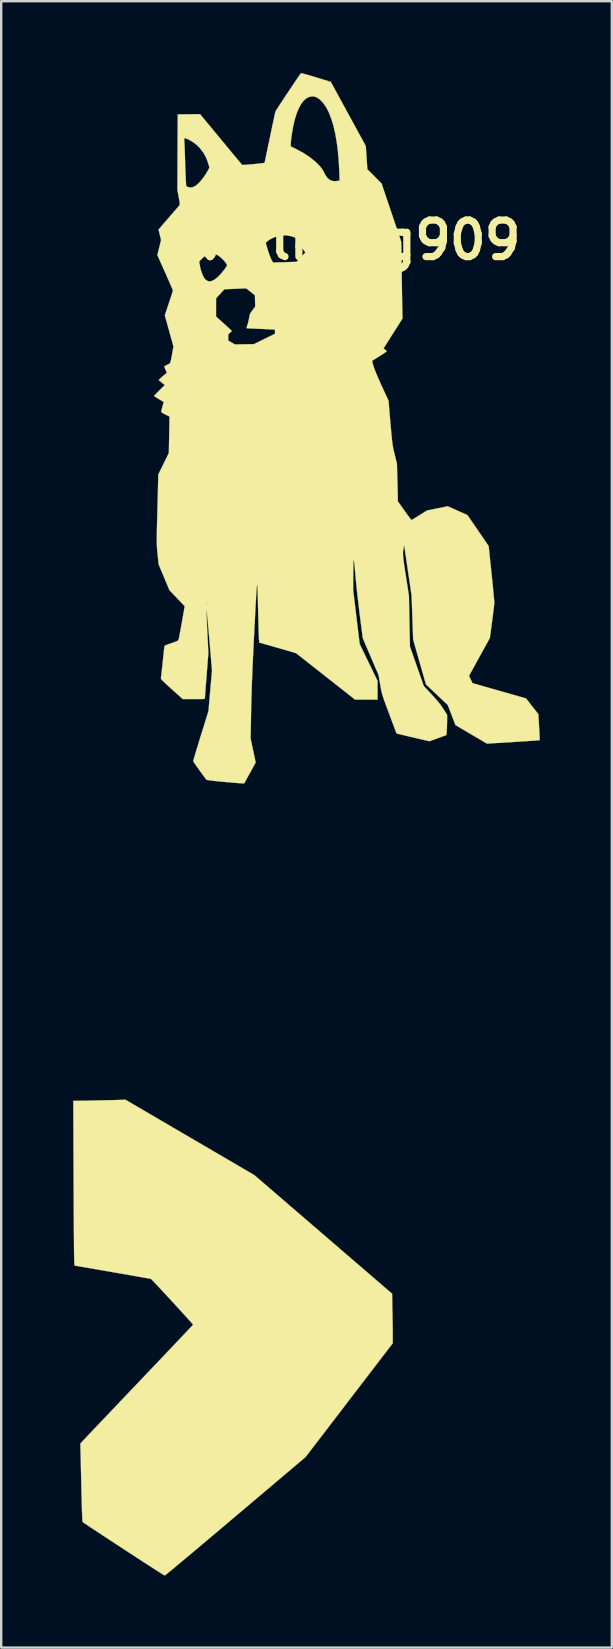
<source format=kicad_pcb>
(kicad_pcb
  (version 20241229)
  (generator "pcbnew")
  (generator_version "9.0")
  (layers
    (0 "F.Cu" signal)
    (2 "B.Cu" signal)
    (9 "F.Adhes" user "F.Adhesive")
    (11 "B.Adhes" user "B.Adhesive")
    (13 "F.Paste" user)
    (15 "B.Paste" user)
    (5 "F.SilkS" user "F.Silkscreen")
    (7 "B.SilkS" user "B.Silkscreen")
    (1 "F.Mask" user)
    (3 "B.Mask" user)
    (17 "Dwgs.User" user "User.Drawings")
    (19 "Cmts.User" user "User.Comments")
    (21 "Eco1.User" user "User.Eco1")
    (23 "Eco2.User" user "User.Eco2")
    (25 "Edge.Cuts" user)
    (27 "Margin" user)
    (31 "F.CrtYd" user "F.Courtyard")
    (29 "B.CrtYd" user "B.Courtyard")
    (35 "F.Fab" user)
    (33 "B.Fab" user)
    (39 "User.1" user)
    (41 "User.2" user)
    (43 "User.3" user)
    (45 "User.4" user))
  (footprint "F.SilkS_g909"
    (layer "F.Cu")
    (at 11.332 6.957)
    (property "Reference" "F.SilkS_g909" (at 0 0 0) (layer "F.SilkS") (effects (font (size 1.524 1.524) (thickness 0.3))))
    (attr through_hole)
    (fp_poly (pts (xy -6.465 37.407) (xy -3.776 38.98) (xy 1.962 43.92) (xy 1.976 44.654) (xy 1.979 44.843) (xy 1.982 45.032) (xy 1.985 45.214) (xy 1.987 45.382) (xy 1.988 45.526) (xy 1.989 45.641) (xy 1.989 45.686) (xy 1.989 45.985) (xy 0.173 48.355) (xy -1.642 50.725) (xy -4.562 53.195) (xy -4.867 53.453) (xy -5.164 53.704) (xy -5.45 53.945) (xy -5.725 54.177) (xy -5.986 54.397) (xy -6.233 54.604) (xy -6.462 54.797) (xy -6.674 54.974) (xy -6.866 55.134) (xy -7.036 55.276) (xy -7.183 55.398) (xy -7.305 55.499) (xy -7.4 55.577) (xy -7.468 55.632) (xy -7.506 55.661) (xy -7.514 55.666) (xy -7.536 55.655) (xy -7.591 55.622) (xy -7.676 55.569) (xy -7.789 55.498) (xy -7.928 55.409) (xy -8.089 55.306) (xy -8.271 55.189) (xy -8.471 55.059) (xy -8.686 54.919) (xy -8.914 54.771) (xy -9.153 54.615) (xy -9.229 54.565) (xy -9.47 54.407) (xy -9.702 54.255) (xy -9.921 54.111) (xy -10.125 53.977) (xy -10.313 53.854) (xy -10.48 53.743) (xy -10.625 53.647) (xy -10.745 53.567) (xy -10.838 53.505) (xy -10.902 53.463) (xy -10.933 53.441) (xy -10.935 53.439) (xy -10.941 53.417) (xy -10.946 53.362) (xy -10.952 53.273) (xy -10.958 53.149) (xy -10.964 52.989) (xy -10.97 52.791) (xy -10.977 52.554) (xy -10.984 52.278) (xy -10.992 51.961) (xy -10.995 51.789) (xy -11.032 50.164) (xy -10.919 50.042) (xy -10.891 50.013) (xy -10.836 49.955) (xy -10.756 49.87) (xy -10.651 49.759) (xy -10.524 49.625) (xy -10.376 49.47) (xy -10.209 49.294) (xy -10.024 49.1) (xy -9.824 48.889) (xy -9.61 48.664) (xy -9.384 48.426) (xy -9.147 48.177) (xy -8.901 47.918) (xy -8.647 47.652) (xy -8.572 47.574) (xy -8.319 47.308) (xy -8.074 47.05) (xy -7.839 46.803) (xy -7.615 46.567) (xy -7.403 46.344) (xy -7.206 46.136) (xy -7.025 45.945) (xy -6.861 45.773) (xy -6.717 45.62) (xy -6.593 45.489) (xy -6.491 45.381) (xy -6.413 45.299) (xy -6.361 45.243) (xy -6.336 45.215) (xy -6.334 45.213) (xy -6.346 45.195) (xy -6.385 45.149) (xy -6.447 45.079) (xy -6.528 44.988) (xy -6.626 44.879) (xy -6.738 44.756) (xy -6.861 44.621) (xy -6.992 44.478) (xy -7.128 44.33) (xy -7.266 44.18) (xy -7.402 44.032) (xy -7.534 43.89) (xy -7.66 43.755) (xy -7.775 43.632) (xy -7.876 43.523) (xy -7.962 43.433) (xy -8.029 43.363) (xy -8.073 43.319) (xy -8.092 43.302) (xy -8.117 43.297) (xy -8.179 43.285) (xy -8.277 43.268) (xy -8.407 43.245) (xy -8.566 43.217) (xy -8.75 43.185) (xy -8.956 43.149) (xy -9.181 43.109) (xy -9.421 43.068) (xy -9.673 43.024) (xy -9.698 43.02) (xy -11.278 42.747) (xy -11.29 42.471) (xy -11.291 42.418) (xy -11.293 42.325) (xy -11.295 42.195) (xy -11.297 42.031) (xy -11.298 41.834) (xy -11.3 41.609) (xy -11.302 41.356) (xy -11.304 41.079) (xy -11.306 40.781) (xy -11.308 40.464) (xy -11.31 40.131) (xy -11.311 39.783) (xy -11.313 39.425) (xy -11.315 39.058) (xy -11.315 39.039) (xy -11.327 35.882) (xy -10.611 35.87) (xy -10.42 35.866) (xy -10.223 35.862) (xy -10.03 35.858) (xy -9.85 35.854) (xy -9.691 35.85) (xy -9.562 35.847) (xy -9.525 35.845) (xy -9.155 35.834) (xy -6.465 37.407)) (stroke (width 0.01) (type solid)) (fill yes) (layer "F.SilkS"))
    (fp_poly (pts (xy -1.814 -6.952) (xy -1.752 -6.939) (xy -1.655 -6.914) (xy -1.527 -6.878) (xy -1.372 -6.833) (xy -1.207 -6.783) (xy -0.592 -6.593) (xy 0.137 -5.256) (xy 0.866 -3.92) (xy 0.931 -2.953) (xy 1.523 -2.36) (xy 1.934 -1.14) (xy 2.346 0.08) (xy 2.359 1.072) (xy 2.361 1.301) (xy 2.365 1.541) (xy 2.368 1.783) (xy 2.372 2.02) (xy 2.375 2.242) (xy 2.379 2.441) (xy 2.382 2.61) (xy 2.383 2.667) (xy 2.395 3.27) (xy 2 3.893) (xy 1.606 4.516) (xy 1.671 4.567) (xy 1.712 4.603) (xy 1.735 4.631) (xy 1.736 4.635) (xy 1.719 4.653) (xy 1.672 4.687) (xy 1.604 4.734) (xy 1.519 4.789) (xy 1.508 4.796) (xy 1.413 4.855) (xy 1.324 4.911) (xy 1.25 4.958) (xy 1.203 4.987) (xy 1.126 5.036) (xy 1.179 5.233) (xy 1.206 5.319) (xy 1.252 5.44) (xy 1.314 5.591) (xy 1.39 5.77) (xy 1.48 5.972) (xy 1.522 6.064) (xy 1.813 6.699) (xy 1.892 7.62) (xy 1.912 7.843) (xy 1.928 8.03) (xy 1.943 8.184) (xy 1.956 8.313) (xy 1.968 8.421) (xy 1.98 8.514) (xy 1.994 8.597) (xy 2.008 8.675) (xy 2.025 8.754) (xy 2.045 8.839) (xy 2.068 8.932) (xy 2.164 9.324) (xy 2.181 9.948) (xy 2.186 10.116) (xy 2.19 10.278) (xy 2.194 10.427) (xy 2.197 10.556) (xy 2.199 10.658) (xy 2.2 10.726) (xy 2.2 10.732) (xy 2.201 10.89) (xy 2.479 11.282) (xy 2.559 11.394) (xy 2.632 11.493) (xy 2.693 11.575) (xy 2.739 11.634) (xy 2.766 11.665) (xy 2.772 11.669) (xy 2.795 11.657) (xy 2.847 11.626) (xy 2.922 11.58) (xy 3.016 11.523) (xy 3.103 11.468) (xy 3.418 11.272) (xy 4.278 11.096) (xy 4.691 11.28) (xy 5.104 11.464) (xy 5.546 12.11) (xy 5.988 12.755) (xy 6.105 13.886) (xy 6.128 14.104) (xy 6.149 14.311) (xy 6.168 14.504) (xy 6.185 14.678) (xy 6.199 14.829) (xy 6.211 14.953) (xy 6.218 15.045) (xy 6.222 15.101) (xy 6.223 15.113) (xy 6.22 15.157) (xy 6.212 15.237) (xy 6.2 15.347) (xy 6.183 15.482) (xy 6.164 15.635) (xy 6.143 15.801) (xy 6.13 15.898) (xy 6.037 16.587) (xy 5.603 17.376) (xy 5.168 18.165) (xy 5.24 18.316) (xy 5.312 18.468) (xy 6.429 18.787) (xy 7.546 19.106) (xy 7.802 19.434) (xy 8.059 19.761) (xy 8.09 20.3) (xy 8.098 20.446) (xy 8.105 20.578) (xy 8.11 20.69) (xy 8.114 20.776) (xy 8.115 20.83) (xy 8.114 20.847) (xy 8.093 20.85) (xy 8.033 20.855) (xy 7.938 20.862) (xy 7.813 20.871) (xy 7.662 20.881) (xy 7.488 20.893) (xy 7.296 20.905) (xy 7.089 20.918) (xy 7.012 20.923) (xy 5.916 20.99) (xy 5.26 20.604) (xy 4.604 20.218) (xy 4.443 19.799) (xy 4.282 19.381) (xy 3.828 18.952) (xy 3.374 18.524) (xy 3.106 17.586) (xy 2.839 16.648) (xy 2.807 15.737) (xy 2.775 14.827) (xy 2.62 13.77) (xy 2.466 12.713) (xy 2.44 12.849) (xy 2.43 12.91) (xy 2.422 12.966) (xy 2.417 13.024) (xy 2.417 13.088) (xy 2.42 13.162) (xy 2.428 13.251) (xy 2.441 13.361) (xy 2.459 13.495) (xy 2.483 13.658) (xy 2.513 13.855) (xy 2.536 14.002) (xy 2.664 14.827) (xy 2.685 15.886) (xy 2.707 16.944) (xy 2.994 17.766) (xy 3.281 18.587) (xy 3.607 18.937) (xy 3.748 19.091) (xy 3.864 19.225) (xy 3.96 19.346) (xy 4.044 19.462) (xy 4.094 19.538) (xy 4.255 19.79) (xy 4.255 20.02) (xy 4.253 20.142) (xy 4.249 20.274) (xy 4.244 20.396) (xy 4.241 20.442) (xy 4.227 20.634) (xy 3.873 20.763) (xy 3.52 20.891) (xy 2.834 20.731) (xy 2.67 20.693) (xy 2.521 20.657) (xy 2.39 20.626) (xy 2.282 20.6) (xy 2.203 20.581) (xy 2.157 20.57) (xy 2.147 20.567) (xy 2.139 20.547) (xy 2.118 20.492) (xy 2.086 20.405) (xy 2.043 20.291) (xy 1.992 20.154) (xy 1.934 19.999) (xy 1.87 19.828) (xy 1.842 19.751) (xy 1.766 19.55) (xy 1.704 19.383) (xy 1.654 19.245) (xy 1.613 19.13) (xy 1.581 19.034) (xy 1.555 18.95) (xy 1.535 18.873) (xy 1.517 18.798) (xy 1.501 18.72) (xy 1.485 18.633) (xy 1.468 18.534) (xy 1.397 18.129) (xy 1.068 17.362) (xy 0.74 16.596) (xy 0.615 15.627) (xy 0.586 15.394) (xy 0.557 15.144) (xy 0.527 14.887) (xy 0.499 14.632) (xy 0.474 14.389) (xy 0.451 14.167) (xy 0.434 13.975) (xy 0.431 13.938) (xy 0.413 13.737) (xy 0.399 13.577) (xy 0.386 13.457) (xy 0.375 13.377) (xy 0.366 13.339) (xy 0.359 13.341) (xy 0.353 13.384) (xy 0.349 13.469) (xy 0.345 13.596) (xy 0.343 13.765) (xy 0.342 13.975) (xy 0.341 14.044) (xy 0.339 14.594) (xy 0.475 15.716) (xy 0.611 16.838) (xy 0.983 17.606) (xy 1.355 18.374) (xy 1.355 19.156) (xy 0.42 19.156) (xy -0.809 18.189) (xy -2.038 17.222) (xy -2.294 17.145) (xy -2.39 17.117) (xy -2.517 17.08) (xy -2.665 17.037) (xy -2.824 16.991) (xy -2.986 16.945) (xy -3.063 16.923) (xy -3.575 16.778) (xy -3.586 16.649) (xy -3.589 16.601) (xy -3.592 16.515) (xy -3.597 16.397) (xy -3.601 16.253) (xy -3.606 16.086) (xy -3.611 15.903) (xy -3.616 15.709) (xy -3.619 15.6) (xy -3.625 15.335) (xy -3.631 15.1) (xy -3.636 14.896) (xy -3.641 14.725) (xy -3.646 14.586) (xy -3.651 14.48) (xy -3.656 14.408) (xy -3.661 14.37) (xy -3.667 14.368) (xy -3.673 14.402) (xy -3.681 14.472) (xy -3.689 14.579) (xy -3.699 14.724) (xy -3.709 14.908) (xy -3.722 15.131) (xy -3.736 15.394) (xy -3.751 15.697) (xy -3.769 16.042) (xy -3.781 16.267) (xy -3.804 16.721) (xy -3.824 17.138) (xy -3.842 17.521) (xy -3.858 17.873) (xy -3.871 18.2) (xy -3.883 18.506) (xy -3.893 18.793) (xy -3.901 19.068) (xy -3.908 19.333) (xy -3.914 19.593) (xy -3.914 19.6) (xy -3.936 20.775) (xy -3.83 21.276) (xy -3.724 21.777) (xy -3.963 22.212) (xy -4.202 22.648) (xy -4.307 22.645) (xy -4.354 22.643) (xy -4.438 22.637) (xy -4.551 22.628) (xy -4.688 22.616) (xy -4.843 22.603) (xy -5.01 22.588) (xy -5.091 22.581) (xy -5.299 22.561) (xy -5.471 22.543) (xy -5.608 22.526) (xy -5.706 22.512) (xy -5.765 22.501) (xy -5.783 22.493) (xy -5.799 22.469) (xy -5.837 22.417) (xy -5.892 22.341) (xy -5.96 22.248) (xy -6.038 22.142) (xy -6.063 22.109) (xy -6.142 22) (xy -6.212 21.901) (xy -6.268 21.818) (xy -6.308 21.757) (xy -6.327 21.722) (xy -6.329 21.717) (xy -6.322 21.691) (xy -6.305 21.629) (xy -6.277 21.534) (xy -6.24 21.411) (xy -6.196 21.263) (xy -6.144 21.094) (xy -6.088 20.909) (xy -6.027 20.71) (xy -6.011 20.659) (xy -5.692 19.633) (xy -5.619 18.786) (xy -5.545 17.939) (xy -5.659 16.605) (xy -5.679 16.377) (xy -5.698 16.165) (xy -5.715 15.973) (xy -5.731 15.804) (xy -5.745 15.66) (xy -5.756 15.545) (xy -5.766 15.462) (xy -5.772 15.414) (xy -5.775 15.403) (xy -5.775 15.409) (xy -5.775 15.461) (xy -5.772 15.55) (xy -5.768 15.67) (xy -5.763 15.815) (xy -5.756 15.981) (xy -5.748 16.161) (xy -5.739 16.35) (xy -5.737 16.383) (xy -5.697 17.219) (xy -5.769 18.14) (xy -5.784 18.334) (xy -5.799 18.516) (xy -5.811 18.681) (xy -5.822 18.825) (xy -5.831 18.943) (xy -5.838 19.031) (xy -5.841 19.084) (xy -5.842 19.098) (xy -5.845 19.11) (xy -5.857 19.119) (xy -5.883 19.126) (xy -5.929 19.13) (xy -5.999 19.133) (xy -6.099 19.134) (xy -6.234 19.134) (xy -6.302 19.134) (xy -6.763 19.134) (xy -7.223 18.721) (xy -7.359 18.598) (xy -7.466 18.5) (xy -7.547 18.424) (xy -7.605 18.366) (xy -7.644 18.323) (xy -7.666 18.292) (xy -7.674 18.27) (xy -7.674 18.26) (xy -7.669 18.228) (xy -7.661 18.159) (xy -7.649 18.06) (xy -7.636 17.935) (xy -7.62 17.791) (xy -7.604 17.633) (xy -7.598 17.579) (xy -7.582 17.419) (xy -7.566 17.272) (xy -7.552 17.144) (xy -7.541 17.039) (xy -7.532 16.964) (xy -7.526 16.924) (xy -7.525 16.919) (xy -7.503 16.904) (xy -7.448 16.879) (xy -7.368 16.848) (xy -7.27 16.814) (xy -7.238 16.803) (xy -7.115 16.761) (xy -7.029 16.727) (xy -6.974 16.7) (xy -6.946 16.677) (xy -6.941 16.669) (xy -6.933 16.638) (xy -6.919 16.571) (xy -6.9 16.473) (xy -6.877 16.349) (xy -6.85 16.205) (xy -6.821 16.045) (xy -6.803 15.944) (xy -6.682 15.262) (xy -6.804 15.134) (xy -5.793 15.134) (xy -5.792 15.186) (xy -5.789 15.206) (xy -5.785 15.192) (xy -5.781 15.124) (xy -5.785 15.076) (xy -5.789 15.063) (xy -5.792 15.087) (xy -5.793 15.134) (xy -6.804 15.134) (xy -7.32 14.593) (xy -7.545 14.054) (xy -7.771 13.516) (xy -7.814 13.082) (xy -7.823 12.996) (xy -7.83 12.919) (xy -7.836 12.847) (xy -7.841 12.776) (xy -7.844 12.703) (xy -7.846 12.622) (xy -7.847 12.532) (xy -7.847 12.426) (xy -7.846 12.303) (xy -7.843 12.157) (xy -7.84 11.986) (xy -7.835 11.784) (xy -7.829 11.549) (xy -7.822 11.276) (xy -7.82 11.209) (xy -7.783 9.771) (xy -7.344 8.874) (xy -7.33 8.115) (xy -7.317 7.355) (xy -7.49 7.272) (xy -7.566 7.232) (xy -7.625 7.196) (xy -7.658 7.17) (xy -7.662 7.162) (xy -7.657 7.131) (xy -7.643 7.07) (xy -7.623 6.99) (xy -7.611 6.944) (xy -7.559 6.751) (xy -7.637 6.702) (xy -7.699 6.665) (xy -7.777 6.618) (xy -7.837 6.582) (xy -7.898 6.543) (xy -7.942 6.513) (xy -7.959 6.497) (xy -7.944 6.478) (xy -7.905 6.435) (xy -7.846 6.374) (xy -7.773 6.3) (xy -7.736 6.263) (xy -7.514 6.043) (xy -7.771 5.832) (xy -7.701 5.768) (xy -7.644 5.718) (xy -7.574 5.657) (xy -7.529 5.618) (xy -7.427 5.532) (xy -7.481 5.409) (xy -7.509 5.343) (xy -7.529 5.293) (xy -7.535 5.272) (xy -7.518 5.256) (xy -7.472 5.229) (xy -7.409 5.197) (xy -7.366 5.177) (xy -7.333 5.159) (xy -7.307 5.139) (xy -7.288 5.11) (xy -7.271 5.066) (xy -7.255 5.002) (xy -7.237 4.912) (xy -7.215 4.79) (xy -7.197 4.688) (xy -7.151 4.434) (xy -7.332 3.785) (xy -7.498 3.188) (xy -5.376 3.188) (xy -5.048 3.482) (xy -4.95 3.571) (xy -4.864 3.65) (xy -4.794 3.716) (xy -4.745 3.763) (xy -4.721 3.788) (xy -4.72 3.791) (xy -4.735 3.811) (xy -4.774 3.846) (xy -4.794 3.861) (xy -4.835 3.895) (xy -4.857 3.926) (xy -4.866 3.97) (xy -4.868 4.039) (xy -4.868 4.053) (xy -4.868 4.189) (xy -4.731 4.269) (xy -4.593 4.35) (xy -4.196 4.344) (xy -3.799 4.338) (xy -3.36 4.122) (xy -2.921 3.907) (xy -2.921 3.733) (xy -3.413 3.707) (xy -3.56 3.7) (xy -3.698 3.694) (xy -3.82 3.689) (xy -3.919 3.685) (xy -3.987 3.683) (xy -4.006 3.683) (xy -4.064 3.679) (xy -4.101 3.671) (xy -4.106 3.665) (xy -4.1 3.637) (xy -4.083 3.582) (xy -4.063 3.522) (xy -4.037 3.434) (xy -4.013 3.328) (xy -3.996 3.239) (xy -3.982 3.157) (xy -3.963 3.093) (xy -3.932 3.032) (xy -3.883 2.96) (xy -3.859 2.927) (xy -3.745 2.773) (xy -3.751 2.536) (xy -3.757 2.299) (xy -4.12 2.012) (xy -5.027 2.051) (xy -5.201 2.237) (xy -5.375 2.424) (xy -5.376 2.806) (xy -5.376 3.188) (xy -7.498 3.188) (xy -7.512 3.136) (xy -7.344 2.632) (xy -7.298 2.493) (xy -7.256 2.366) (xy -7.222 2.258) (xy -7.195 2.174) (xy -7.18 2.12) (xy -7.176 2.102) (xy -7.184 2.077) (xy -7.208 2.018) (xy -7.245 1.929) (xy -7.294 1.815) (xy -7.353 1.68) (xy -7.42 1.529) (xy -7.492 1.365) (xy -7.5 1.349) (xy -7.706 0.887) (xy -6.078 0.887) (xy -6.064 0.989) (xy -6.036 1.143) (xy -5.996 1.293) (xy -5.946 1.43) (xy -5.891 1.544) (xy -5.834 1.627) (xy -5.818 1.644) (xy -5.737 1.702) (xy -5.656 1.725) (xy -5.566 1.711) (xy -5.462 1.661) (xy -5.422 1.635) (xy -5.304 1.54) (xy -5.177 1.41) (xy -5.046 1.251) (xy -5.001 1.189) (xy -4.953 1.121) (xy -4.927 1.076) (xy -4.919 1.044) (xy -4.926 1.017) (xy -4.934 1.002) (xy -4.99 0.92) (xy -5.071 0.829) (xy -5.165 0.739) (xy -5.261 0.663) (xy -5.338 0.615) (xy -5.464 0.565) (xy -5.579 0.55) (xy -5.688 0.571) (xy -5.798 0.629) (xy -5.914 0.725) (xy -5.933 0.744) (xy -6.078 0.887) (xy -7.706 0.887) (xy -7.824 0.624) (xy -7.746 0.314) (xy -7.698 0.122) (xy -3.305 0.122) (xy -3.219 0.412) (xy -3.182 0.529) (xy -3.142 0.642) (xy -3.104 0.74) (xy -3.071 0.811) (xy -3.066 0.82) (xy -2.999 0.937) (xy -2.022 0.907) (xy -1.837 0.713) (xy -1.653 0.519) (xy -1.652 0.324) (xy -1.651 0.13) (xy -1.805 0.034) (xy -2.021 -0.081) (xy -2.237 -0.159) (xy -2.448 -0.198) (xy -2.652 -0.197) (xy -2.693 -0.192) (xy -2.805 -0.166) (xy -2.927 -0.124) (xy -3.048 -0.071) (xy -3.153 -0.012) (xy -3.233 0.047) (xy -3.245 0.059) (xy -3.305 0.122) (xy -7.698 0.122) (xy -7.668 0.003) (xy -7.721 -0.219) (xy -7.773 -0.441) (xy -7.355 -0.924) (xy -7.248 -1.047) (xy -7.15 -1.161) (xy -7.063 -1.261) (xy -6.992 -1.344) (xy -6.939 -1.404) (xy -6.909 -1.439) (xy -6.905 -1.444) (xy -6.894 -1.462) (xy -6.889 -1.489) (xy -6.89 -1.532) (xy -6.898 -1.597) (xy -6.914 -1.692) (xy -6.931 -1.782) (xy -6.987 -2.085) (xy -6.981 -3.662) (xy -6.978 -4.206) (xy -6.704 -4.206) (xy -6.7 -4.14) (xy -6.699 -4.134) (xy -6.696 -4.083) (xy -6.692 -3.995) (xy -6.687 -3.877) (xy -6.681 -3.737) (xy -6.676 -3.579) (xy -6.67 -3.41) (xy -6.668 -3.334) (xy -6.662 -3.157) (xy -6.656 -2.984) (xy -6.65 -2.822) (xy -6.644 -2.678) (xy -6.639 -2.559) (xy -6.635 -2.473) (xy -6.633 -2.451) (xy -6.621 -2.246) (xy -6.544 -2.214) (xy -6.453 -2.191) (xy -6.358 -2.202) (xy -6.279 -2.233) (xy -6.195 -2.288) (xy -6.099 -2.374) (xy -5.998 -2.486) (xy -5.895 -2.617) (xy -5.799 -2.76) (xy -5.729 -2.879) (xy -5.653 -3.017) (xy -5.686 -3.144) (xy -5.772 -3.396) (xy -5.892 -3.624) (xy -6.047 -3.83) (xy -6.147 -3.932) (xy -6.268 -4.034) (xy -6.405 -4.126) (xy -6.543 -4.199) (xy -6.662 -4.244) (xy -6.688 -4.249) (xy -6.701 -4.239) (xy -6.704 -4.206) (xy -6.978 -4.206) (xy -6.974 -5.239) (xy -6.509 -5.244) (xy -6.043 -5.249) (xy -5.175 -4.2) (xy -5.024 -4.017) (xy -4.881 -3.845) (xy -4.748 -3.684) (xy -4.627 -3.538) (xy -4.52 -3.411) (xy -4.431 -3.304) (xy -4.361 -3.22) (xy -4.312 -3.163) (xy -4.288 -3.135) (xy -4.285 -3.132) (xy -4.261 -3.13) (xy -4.201 -3.133) (xy -4.115 -3.139) (xy -4.01 -3.147) (xy -3.892 -3.158) (xy -3.77 -3.169) (xy -3.651 -3.182) (xy -3.542 -3.194) (xy -3.452 -3.205) (xy -3.387 -3.214) (xy -3.356 -3.221) (xy -3.354 -3.222) (xy -3.349 -3.244) (xy -3.336 -3.302) (xy -3.317 -3.395) (xy -3.291 -3.516) (xy -3.26 -3.664) (xy -3.224 -3.833) (xy -3.191 -3.99) (xy -2.263 -3.99) (xy -2.262 -3.905) (xy -2.029 -3.791) (xy -1.741 -3.635) (xy -1.48 -3.464) (xy -1.252 -3.282) (xy -1.152 -3.187) (xy -1.062 -3.094) (xy -0.995 -3.017) (xy -0.943 -2.944) (xy -0.898 -2.865) (xy -0.874 -2.815) (xy -0.796 -2.673) (xy -0.714 -2.569) (xy -0.624 -2.501) (xy -0.521 -2.465) (xy -0.434 -2.456) (xy -0.36 -2.459) (xy -0.297 -2.466) (xy -0.277 -2.47) (xy -0.226 -2.483) (xy -0.24 -2.887) (xy -0.263 -3.319) (xy -0.299 -3.725) (xy -0.349 -4.105) (xy -0.411 -4.455) (xy -0.486 -4.774) (xy -0.573 -5.06) (xy -0.671 -5.312) (xy -0.78 -5.527) (xy -0.9 -5.703) (xy -0.958 -5.77) (xy -1.071 -5.877) (xy -1.179 -5.947) (xy -1.286 -5.983) (xy -1.363 -5.99) (xy -1.492 -5.969) (xy -1.613 -5.908) (xy -1.727 -5.807) (xy -1.832 -5.667) (xy -1.929 -5.49) (xy -2.016 -5.276) (xy -2.094 -5.027) (xy -2.16 -4.744) (xy -2.216 -4.427) (xy -2.233 -4.306) (xy -2.246 -4.202) (xy -2.256 -4.104) (xy -2.262 -4.026) (xy -2.263 -3.99) (xy -3.191 -3.99) (xy -3.185 -4.02) (xy -3.143 -4.221) (xy -3.134 -4.265) (xy -3.091 -4.47) (xy -3.051 -4.664) (xy -3.013 -4.843) (xy -2.979 -5.001) (xy -2.95 -5.136) (xy -2.927 -5.243) (xy -2.911 -5.317) (xy -2.902 -5.355) (xy -2.901 -5.357) (xy -2.887 -5.383) (xy -2.852 -5.439) (xy -2.799 -5.521) (xy -2.731 -5.625) (xy -2.652 -5.747) (xy -2.563 -5.881) (xy -2.469 -6.024) (xy -2.371 -6.17) (xy -2.274 -6.316) (xy -2.179 -6.458) (xy -2.09 -6.59) (xy -2.01 -6.708) (xy -1.942 -6.808) (xy -1.888 -6.885) (xy -1.852 -6.935) (xy -1.839 -6.952) (xy -1.814 -6.952)) (stroke (width 0.01) (type solid)) (fill yes) (layer "F.SilkS")))
  (gr_rect
    (start -3 -3)
    (end 22.453 65.628)
    (stroke (width 0.1) (type default))
    (fill no)
    (layer "Edge.Cuts")))
</source>
